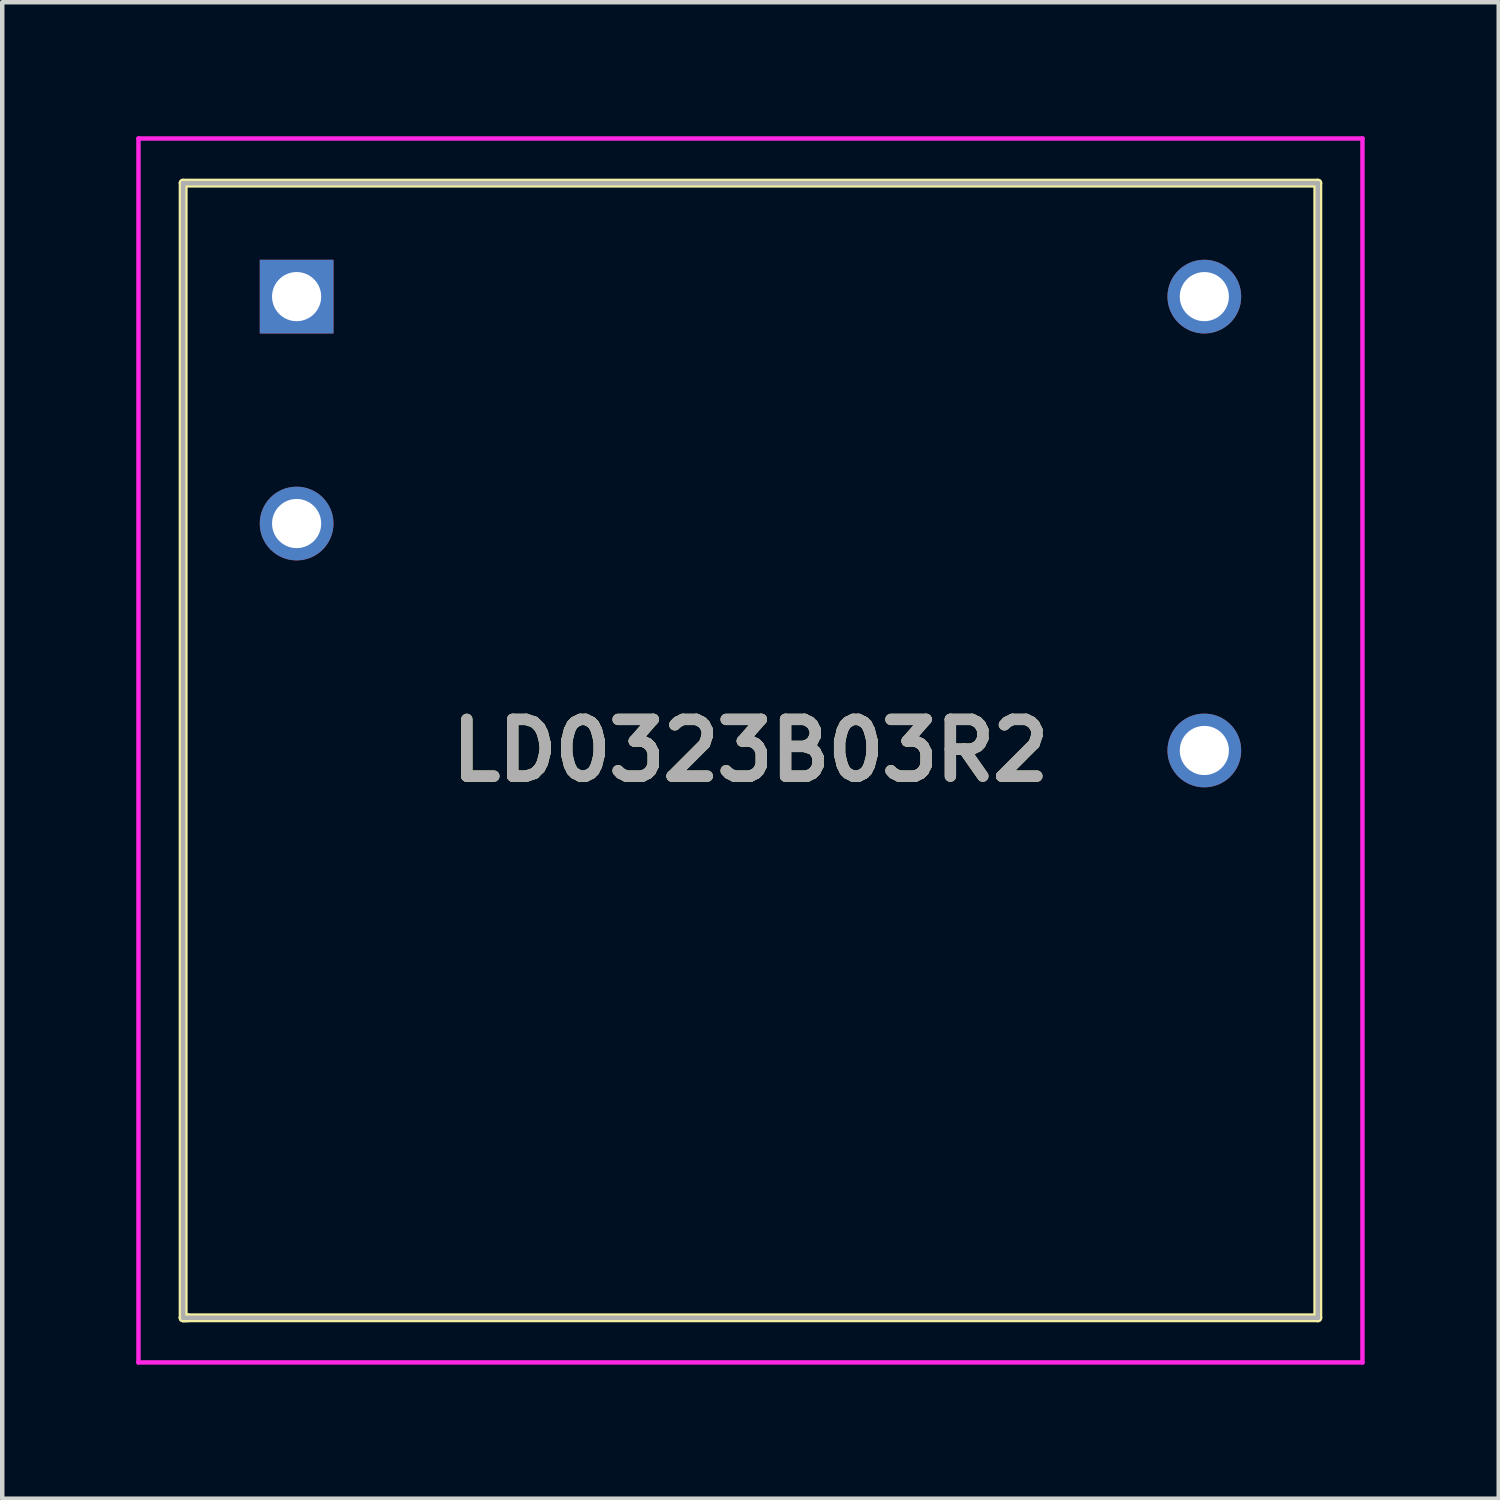
<source format=kicad_pcb>
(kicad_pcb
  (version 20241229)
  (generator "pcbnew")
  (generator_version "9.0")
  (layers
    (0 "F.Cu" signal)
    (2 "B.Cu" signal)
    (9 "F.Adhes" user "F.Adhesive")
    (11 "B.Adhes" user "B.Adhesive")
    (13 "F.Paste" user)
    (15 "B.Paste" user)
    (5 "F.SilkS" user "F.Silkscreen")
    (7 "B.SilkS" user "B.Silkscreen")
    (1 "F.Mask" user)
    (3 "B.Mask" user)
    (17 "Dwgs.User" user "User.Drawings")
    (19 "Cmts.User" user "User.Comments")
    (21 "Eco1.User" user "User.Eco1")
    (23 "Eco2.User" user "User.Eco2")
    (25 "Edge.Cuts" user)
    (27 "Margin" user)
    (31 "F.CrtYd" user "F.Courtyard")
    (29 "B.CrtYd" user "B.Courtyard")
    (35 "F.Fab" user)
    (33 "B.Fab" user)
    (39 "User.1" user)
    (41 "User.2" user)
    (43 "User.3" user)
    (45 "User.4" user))
  (footprint "LD0323B03R2"
    (layer "F.Cu")
    (at 3.59 3.59)
    (property "Reference" "LD0323B03R2" (at 10.16 10.16 0) (layer "F.SilkS") (effects (font (size 1.27 1.27) (thickness 0.254))))
    (attr through_hole)
    (fp_line (start -2.54 -2.54) (end 22.86 -2.54) (stroke (width 0.2) (type solid)) (layer "F.SilkS"))
    (fp_line (start -2.54 22.86) (end -2.54 -2.54) (stroke (width 0.2) (type solid)) (layer "F.SilkS"))
    (fp_line (start -2.54 22.86) (end -2.44 22.86) (stroke (width 0.2) (type solid)) (layer "F.SilkS"))
    (fp_line (start 22.86 -2.54) (end 22.86 22.86) (stroke (width 0.2) (type solid)) (layer "F.SilkS"))
    (fp_line (start 22.86 22.86) (end -2.54 22.86) (stroke (width 0.2) (type solid)) (layer "F.SilkS"))
    (fp_line (start -3.54 -3.54) (end -3.54 23.86) (stroke (width 0.1) (type solid)) (layer "F.CrtYd"))
    (fp_line (start -3.54 23.86) (end 23.86 23.86) (stroke (width 0.1) (type solid)) (layer "F.CrtYd"))
    (fp_line (start 23.86 -3.54) (end -3.54 -3.54) (stroke (width 0.1) (type solid)) (layer "F.CrtYd"))
    (fp_line (start 23.86 23.86) (end 23.86 -3.54) (stroke (width 0.1) (type solid)) (layer "F.CrtYd"))
    (fp_line (start -2.54 -2.54) (end 22.86 -2.54) (stroke (width 0.1) (type solid)) (layer "F.Fab"))
    (fp_line (start -2.54 22.86) (end -2.54 -2.54) (stroke (width 0.1) (type solid)) (layer "F.Fab"))
    (fp_line (start 22.86 -2.54) (end 22.86 22.86) (stroke (width 0.1) (type solid)) (layer "F.Fab"))
    (fp_line (start 22.86 22.86) (end -2.54 22.86) (stroke (width 0.1) (type solid)) (layer "F.Fab"))
    (fp_text user "${REFERENCE}" (at 10.16 10.16 0) (layer "F.Fab") (effects (font (size 1.27 1.27) (thickness 0.254))))
    (pad "1" thru_hole rect (at 0 0) (size 1.65 1.65) (drill 1.1) (layers "*.Cu" "*.Mask"))
    (pad "2" thru_hole circle (at 0 5.08) (size 1.65 1.65) (drill 1.1) (layers "*.Cu" "*.Mask"))
    (pad "4" thru_hole circle (at 20.32 10.16) (size 1.65 1.65) (drill 1.1) (layers "*.Cu" "*.Mask"))
    (pad "5" thru_hole circle (at 20.32 0) (size 1.65 1.65) (drill 1.1) (layers "*.Cu" "*.Mask")))
  (gr_rect
    (start -3 -3)
    (end 30.5 30.5)
    (stroke (width 0.1) (type default))
    (fill no)
    (layer "Edge.Cuts")))
</source>
